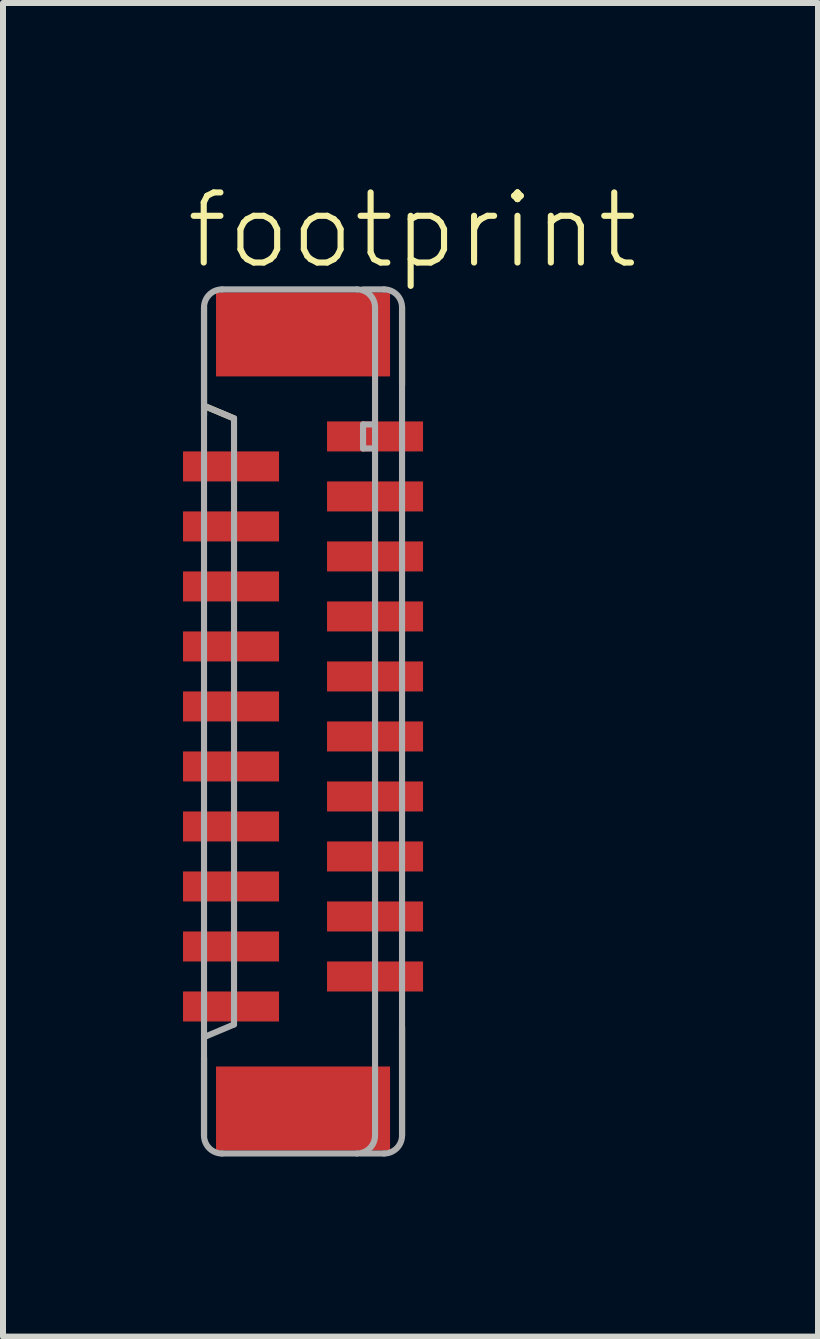
<source format=kicad_pcb>
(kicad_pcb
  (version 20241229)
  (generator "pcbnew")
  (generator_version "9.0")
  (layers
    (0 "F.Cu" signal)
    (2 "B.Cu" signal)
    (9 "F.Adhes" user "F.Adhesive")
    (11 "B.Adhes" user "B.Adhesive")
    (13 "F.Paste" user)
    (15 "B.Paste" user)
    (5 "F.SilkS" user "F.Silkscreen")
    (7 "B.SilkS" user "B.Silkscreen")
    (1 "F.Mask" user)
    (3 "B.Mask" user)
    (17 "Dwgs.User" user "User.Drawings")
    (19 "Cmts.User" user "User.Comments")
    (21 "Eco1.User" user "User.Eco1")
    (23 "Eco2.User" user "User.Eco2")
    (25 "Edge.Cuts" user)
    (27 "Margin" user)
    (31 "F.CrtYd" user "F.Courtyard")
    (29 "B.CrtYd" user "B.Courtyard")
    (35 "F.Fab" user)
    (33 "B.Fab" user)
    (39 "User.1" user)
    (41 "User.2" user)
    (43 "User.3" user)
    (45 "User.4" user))
  (footprint "footprint"
    (layer "F.Cu")
    (at 2 8.973)
    (property "Reference" "footprint" (at -2 -7.5 0) (layer "F.SilkS") (effects (font (size 1.168 1.168) (thickness 0.102)) (justify left bottom)))
    (fp_line (start -1.65 -6.9) (end -1.65 -5.1) (stroke (width 0.102) (type solid)) (layer "F.SilkS"))
    (fp_line (start -1.65 5.6) (end -1.65 6.9) (stroke (width 0.102) (type solid)) (layer "F.SilkS"))
    (fp_line (start -1.625 -5.25) (end -1.15 -5.05) (stroke (width 0.102) (type solid)) (layer "F.SilkS"))
    (fp_line (start 1.65 -5.6) (end 1.65 -6.9) (stroke (width 0.102) (type solid)) (layer "F.SilkS"))
    (fp_line (start 1.65 6.9) (end 1.65 5.1) (stroke (width 0.102) (type solid)) (layer "F.SilkS"))
    (fp_line (start -1.65 -6.9) (end -1.65 6.9) (stroke (width 0.102) (type solid)) (layer "F.Fab"))
    (fp_line (start -1.625 -5.25) (end -1.15 -5.05) (stroke (width 0.102) (type solid)) (layer "F.Fab"))
    (fp_line (start -1.35 7.2) (end 0.9 7.2) (stroke (width 0.102) (type solid)) (layer "F.Fab"))
    (fp_line (start -1.15 -5.05) (end -1.15 5.05) (stroke (width 0.102) (type solid)) (layer "F.Fab"))
    (fp_line (start -1.15 5.05) (end -1.625 5.25) (stroke (width 0.102) (type solid)) (layer "F.Fab"))
    (fp_line (start 0.9 -7.2) (end -1.35 -7.2) (stroke (width 0.102) (type solid)) (layer "F.Fab"))
    (fp_line (start 0.975 7.2) (end 1.35 7.2) (stroke (width 0.102) (type solid)) (layer "F.Fab"))
    (fp_line (start 1 -7.2) (end 1.35 -7.2) (stroke (width 0.102) (type solid)) (layer "F.Fab"))
    (fp_line (start 1 -4.95) (end 1 -4.55) (stroke (width 0.102) (type solid)) (layer "F.Fab"))
    (fp_line (start 1 -4.55) (end 1.15 -4.55) (stroke (width 0.102) (type solid)) (layer "F.Fab"))
    (fp_line (start 1.15 -4.95) (end 1 -4.95) (stroke (width 0.102) (type solid)) (layer "F.Fab"))
    (fp_line (start 1.2 6.9) (end 1.2 -6.9) (stroke (width 0.102) (type solid)) (layer "F.Fab"))
    (fp_line (start 1.65 6.9) (end 1.65 -6.9) (stroke (width 0.102) (type solid)) (layer "F.Fab"))
    (fp_arc (start -1.65 -6.9) (mid -1.562132 -7.112132) (end -1.35 -7.2) (stroke (width 0.1016) (type solid)) (layer "F.Fab"))
    (fp_arc (start -1.35 7.2) (mid -1.562132 7.112132) (end -1.65 6.9) (stroke (width 0.1016) (type solid)) (layer "F.Fab"))
    (fp_arc (start 0.9 -7.2) (mid 1.112132 -7.112132) (end 1.2 -6.9) (stroke (width 0.1016) (type solid)) (layer "F.Fab"))
    (fp_arc (start 1.2 6.9) (mid 1.112132 7.112132) (end 0.9 7.2) (stroke (width 0.1016) (type solid)) (layer "F.Fab"))
    (fp_arc (start 1.35 -7.2) (mid 1.562132 -7.112132) (end 1.65 -6.9) (stroke (width 0.1016) (type solid)) (layer "F.Fab"))
    (fp_arc (start 1.65 6.9) (mid 1.562132 7.112132) (end 1.35 7.2) (stroke (width 0.1016) (type solid)) (layer "F.Fab"))
    (pad "1" smd rect (at 1.2 -4.75 270) (size 0.5 1.6) (layers "F.Cu" "F.Mask" "F.Paste"))
    (pad "2" smd rect (at -1.2 -4.25 90) (size 0.5 1.6) (layers "F.Cu" "F.Mask" "F.Paste"))
    (pad "3" smd rect (at 1.2 -3.75 270) (size 0.5 1.6) (layers "F.Cu" "F.Mask" "F.Paste"))
    (pad "4" smd rect (at -1.2 -3.25 90) (size 0.5 1.6) (layers "F.Cu" "F.Mask" "F.Paste"))
    (pad "5" smd rect (at 1.2 -2.75 270) (size 0.5 1.6) (layers "F.Cu" "F.Mask" "F.Paste"))
    (pad "6" smd rect (at -1.2 -2.25 90) (size 0.5 1.6) (layers "F.Cu" "F.Mask" "F.Paste"))
    (pad "7" smd rect (at 1.2 -1.75 270) (size 0.5 1.6) (layers "F.Cu" "F.Mask" "F.Paste"))
    (pad "8" smd rect (at -1.2 -1.25 90) (size 0.5 1.6) (layers "F.Cu" "F.Mask" "F.Paste"))
    (pad "9" smd rect (at 1.2 -0.75 270) (size 0.5 1.6) (layers "F.Cu" "F.Mask" "F.Paste"))
    (pad "10" smd rect (at -1.2 -0.25 90) (size 0.5 1.6) (layers "F.Cu" "F.Mask" "F.Paste"))
    (pad "11" smd rect (at 1.2 0.25 270) (size 0.5 1.6) (layers "F.Cu" "F.Mask" "F.Paste"))
    (pad "12" smd rect (at -1.2 0.75 90) (size 0.5 1.6) (layers "F.Cu" "F.Mask" "F.Paste"))
    (pad "13" smd rect (at 1.2 1.25 270) (size 0.5 1.6) (layers "F.Cu" "F.Mask" "F.Paste"))
    (pad "14" smd rect (at -1.2 1.75 90) (size 0.5 1.6) (layers "F.Cu" "F.Mask" "F.Paste"))
    (pad "15" smd rect (at 1.2 2.25 270) (size 0.5 1.6) (layers "F.Cu" "F.Mask" "F.Paste"))
    (pad "16" smd rect (at -1.2 2.75 90) (size 0.5 1.6) (layers "F.Cu" "F.Mask" "F.Paste"))
    (pad "17" smd rect (at 1.2 3.25 270) (size 0.5 1.6) (layers "F.Cu" "F.Mask" "F.Paste"))
    (pad "18" smd rect (at -1.2 3.75 90) (size 0.5 1.6) (layers "F.Cu" "F.Mask" "F.Paste"))
    (pad "19" smd rect (at 1.2 4.25 270) (size 0.5 1.6) (layers "F.Cu" "F.Mask" "F.Paste"))
    (pad "20" smd rect (at -1.2 4.75 90) (size 0.5 1.6) (layers "F.Cu" "F.Mask" "F.Paste"))
    (pad "M1" smd rect (at 0 -6.45 270) (size 1.4 2.9) (layers "F.Cu" "F.Mask" "F.Paste"))
    (pad "M2" smd rect (at 0 6.45 270) (size 1.4 2.9) (layers "F.Cu" "F.Mask" "F.Paste")))
  (gr_rect
    (start -3 -3)
    (end 10.582 19.224)
    (stroke (width 0.1) (type default))
    (fill no)
    (layer "Edge.Cuts")))
</source>
